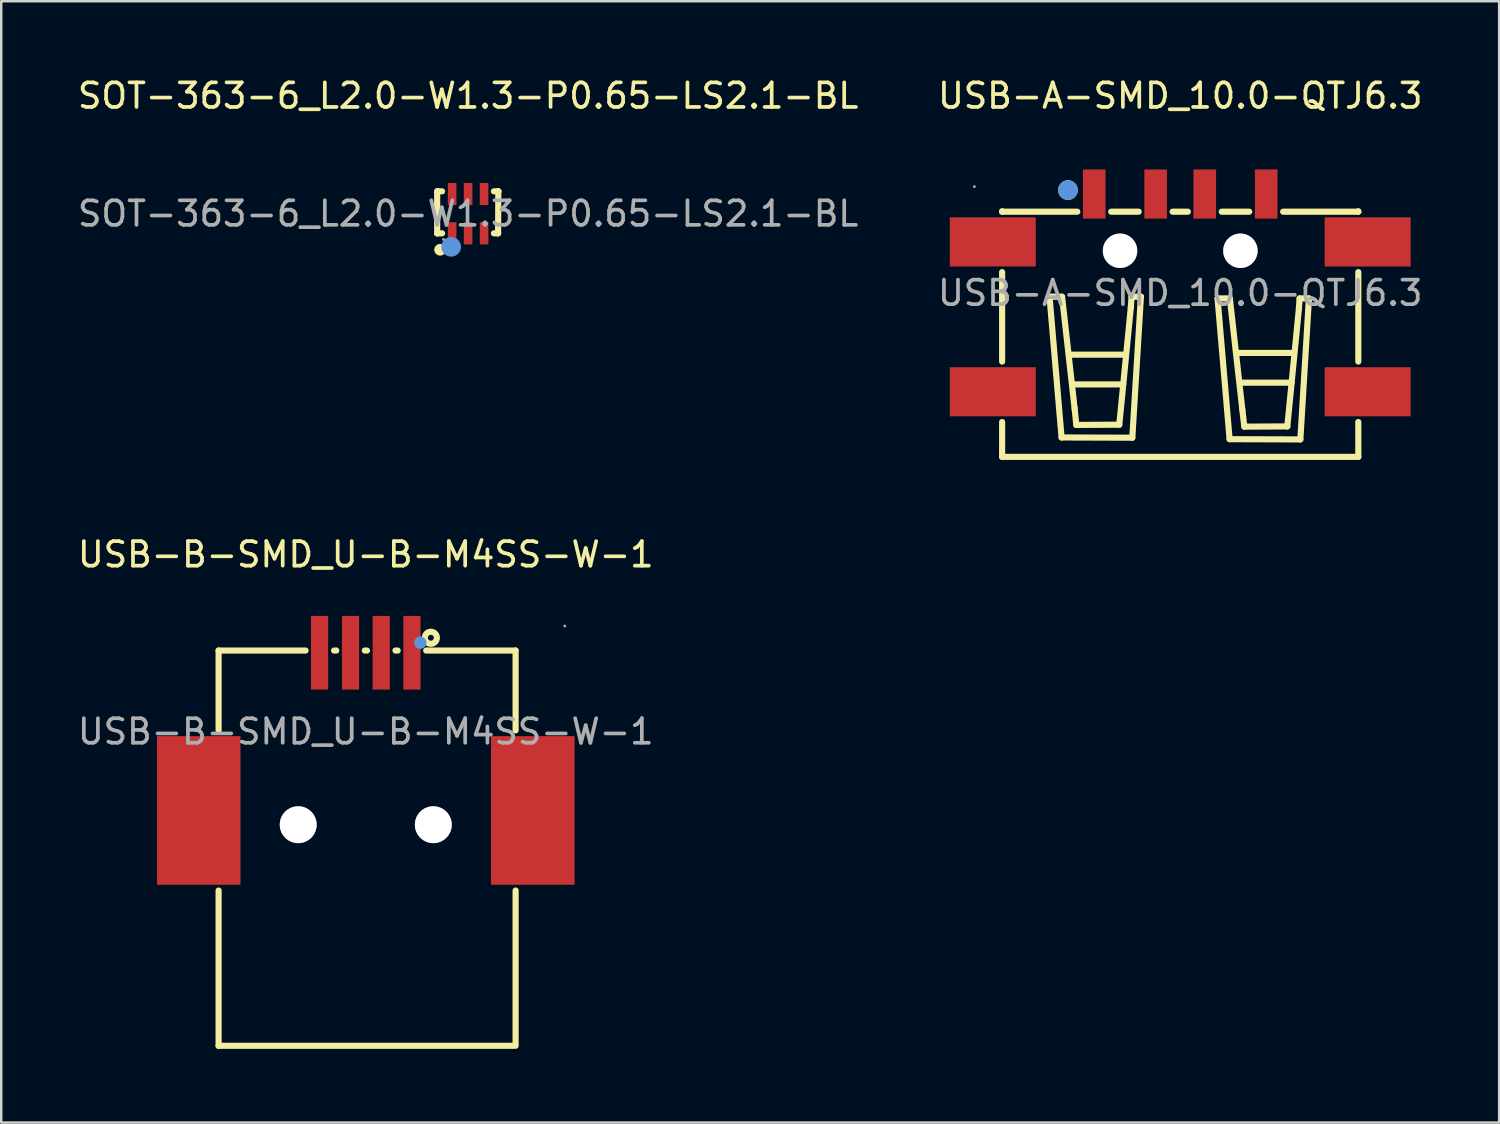
<source format=kicad_pcb>
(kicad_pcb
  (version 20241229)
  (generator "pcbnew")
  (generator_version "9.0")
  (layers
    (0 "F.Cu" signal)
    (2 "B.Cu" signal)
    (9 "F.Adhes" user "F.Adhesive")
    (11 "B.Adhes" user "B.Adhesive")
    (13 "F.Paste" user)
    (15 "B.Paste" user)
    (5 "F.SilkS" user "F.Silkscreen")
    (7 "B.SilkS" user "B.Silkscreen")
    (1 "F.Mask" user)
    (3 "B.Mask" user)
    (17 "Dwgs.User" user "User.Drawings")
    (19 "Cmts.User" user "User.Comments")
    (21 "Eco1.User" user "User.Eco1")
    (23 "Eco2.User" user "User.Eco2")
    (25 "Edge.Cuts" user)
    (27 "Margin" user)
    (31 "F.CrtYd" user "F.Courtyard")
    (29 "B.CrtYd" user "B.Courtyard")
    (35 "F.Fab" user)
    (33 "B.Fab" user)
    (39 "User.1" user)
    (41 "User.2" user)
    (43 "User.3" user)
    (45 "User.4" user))
  (footprint "SOT-363-6_L2.0-W1.3-P0.65-LS2.1-BL"
    (layer "F.Cu")
    (at 16.006 5.648)
    (property "Reference" "SOT-363-6_L2.0-W1.3-P0.65-LS2.1-BL" (at 0 -4.8 0) (layer "F.SilkS") (effects (font (size 1 1) (thickness 0.15))))
    (attr smd)
    (fp_line (start -1.26 -0.92) (end -1.26 0.8) (stroke (width 0.25) (type solid)) (layer "F.SilkS"))
    (fp_line (start -1.26 0.8) (end -1.26 0.8) (stroke (width 0.25) (type solid)) (layer "F.SilkS"))
    (fp_line (start -1.26 0.8) (end -1.06 0.8) (stroke (width 0.25) (type solid)) (layer "F.SilkS"))
    (fp_line (start -1.23 -0.91) (end -1.26 -0.88) (stroke (width 0.25) (type solid)) (layer "F.SilkS"))
    (fp_line (start -1.06 -0.91) (end -1.23 -0.91) (stroke (width 0.25) (type solid)) (layer "F.SilkS"))
    (fp_line (start 1.05 0.8) (end 1.22 0.8) (stroke (width 0.25) (type solid)) (layer "F.SilkS"))
    (fp_line (start 1.22 0.79) (end 1.23 -0.91) (stroke (width 0.25) (type solid)) (layer "F.SilkS"))
    (fp_line (start 1.22 0.8) (end 1.22 0.79) (stroke (width 0.25) (type solid)) (layer "F.SilkS"))
    (fp_line (start 1.23 -0.91) (end 1.05 -0.91) (stroke (width 0.25) (type solid)) (layer "F.SilkS"))
    (fp_line (start 1.23 -0.91) (end 1.23 -0.91) (stroke (width 0.25) (type solid)) (layer "F.SilkS"))
    (fp_circle (center -1.14 1.47) (end -1.02 1.47) (stroke (width 0.24) (type solid)) (fill no) (layer "F.SilkS"))
    (fp_circle (center -0.69 1.35) (end -0.49 1.35) (stroke (width 0.4) (type solid)) (fill no) (layer "Cmts.User"))
    (fp_circle (center -1 1.05) (end -0.97 1.05) (stroke (width 0.06) (type solid)) (fill no) (layer "F.Fab"))
    (fp_text user "${REFERENCE}" (at 0 0 0) (layer "F.Fab") (effects (font (size 1 1) (thickness 0.15))))
    (pad "1" smd rect (at -0.65 0.8) (size 0.35 0.9) (layers "F.Cu" "F.Mask" "F.Paste"))
    (pad "2" smd rect (at 0 0.8) (size 0.35 0.9) (layers "F.Cu" "F.Mask" "F.Paste"))
    (pad "3" smd rect (at 0.65 0.8) (size 0.35 0.9) (layers "F.Cu" "F.Mask" "F.Paste"))
    (pad "4" smd rect (at 0.65 -0.8) (size 0.35 0.9) (layers "F.Cu" "F.Mask" "F.Paste"))
    (pad "5" smd rect (at 0 -0.8) (size 0.35 0.9) (layers "F.Cu" "F.Mask" "F.Paste"))
    (pad "6" smd rect (at -0.65 -0.8) (size 0.35 0.9) (layers "F.Cu" "F.Mask" "F.Paste")))
  (footprint "USB-A-SMD_10.0-QTJ6.3"
    (layer "F.Cu")
    (at 44.994 8.878)
    (property "Reference" "USB-A-SMD_10.0-QTJ6.3" (at 0 -8.03 0) (layer "F.SilkS") (effects (font (size 1 1) (thickness 0.15))))
    (attr smd)
    (fp_line (start -7.25 -3.31) (end -7.25 -3.33) (stroke (width 0.25) (type solid)) (layer "F.SilkS"))
    (fp_line (start -7.25 -3.31) (end -4.19 -3.31) (stroke (width 0.25) (type solid)) (layer "F.SilkS"))
    (fp_line (start -7.25 2.79) (end -7.25 -0.85) (stroke (width 0.25) (type solid)) (layer "F.SilkS"))
    (fp_line (start -7.25 6.67) (end -7.25 5.25) (stroke (width 0.25) (type solid)) (layer "F.SilkS"))
    (fp_line (start -7.25 6.67) (end 7.25 6.67) (stroke (width 0.25) (type solid)) (layer "F.SilkS"))
    (fp_line (start -5.32 0.15) (end -4.81 0.15) (stroke (width 0.25) (type solid)) (layer "F.SilkS"))
    (fp_line (start -4.83 5.88) (end -5.32 0.15) (stroke (width 0.25) (type solid)) (layer "F.SilkS"))
    (fp_line (start -4.81 0.15) (end -4.3 4.69) (stroke (width 0.25) (type solid)) (layer "F.SilkS"))
    (fp_line (start -4.49 2.51) (end -2.23 2.51) (stroke (width 0.25) (type solid)) (layer "F.SilkS"))
    (fp_line (start -4.35 3.72) (end -2.32 3.72) (stroke (width 0.25) (type solid)) (layer "F.SilkS"))
    (fp_line (start -4.3 4.69) (end -4.23 5.37) (stroke (width 0.25) (type solid)) (layer "F.SilkS"))
    (fp_line (start -4.23 5.37) (end -2.48 5.36) (stroke (width 0.25) (type solid)) (layer "F.SilkS"))
    (fp_line (start -2.81 -3.31) (end -1.69 -3.31) (stroke (width 0.25) (type solid)) (layer "F.SilkS"))
    (fp_line (start -2.48 5.36) (end -2.01 0.58) (stroke (width 0.25) (type solid)) (layer "F.SilkS"))
    (fp_line (start -2.01 0.58) (end -1.98 0.15) (stroke (width 0.25) (type solid)) (layer "F.SilkS"))
    (fp_line (start -1.98 0.15) (end -1.6 0.15) (stroke (width 0.25) (type solid)) (layer "F.SilkS"))
    (fp_line (start -1.95 5.89) (end -4.83 5.88) (stroke (width 0.25) (type solid)) (layer "F.SilkS"))
    (fp_line (start -1.6 0.15) (end -1.95 5.89) (stroke (width 0.25) (type solid)) (layer "F.SilkS"))
    (fp_line (start -0.31 -3.31) (end 0.31 -3.31) (stroke (width 0.25) (type solid)) (layer "F.SilkS"))
    (fp_line (start 1.52 0.22) (end 2.02 0.22) (stroke (width 0.25) (type solid)) (layer "F.SilkS"))
    (fp_line (start 1.69 -3.31) (end 2.81 -3.31) (stroke (width 0.25) (type solid)) (layer "F.SilkS"))
    (fp_line (start 2.01 5.95) (end 1.52 0.22) (stroke (width 0.25) (type solid)) (layer "F.SilkS"))
    (fp_line (start 2.02 0.22) (end 2.53 4.76) (stroke (width 0.25) (type solid)) (layer "F.SilkS"))
    (fp_line (start 2.36 2.44) (end 4.62 2.44) (stroke (width 0.25) (type solid)) (layer "F.SilkS"))
    (fp_line (start 2.5 3.65) (end 4.53 3.65) (stroke (width 0.25) (type solid)) (layer "F.SilkS"))
    (fp_line (start 2.53 4.76) (end 2.61 5.44) (stroke (width 0.25) (type solid)) (layer "F.SilkS"))
    (fp_line (start 2.61 5.44) (end 4.36 5.43) (stroke (width 0.25) (type solid)) (layer "F.SilkS"))
    (fp_line (start 4.19 -3.31) (end 7.25 -3.31) (stroke (width 0.25) (type solid)) (layer "F.SilkS"))
    (fp_line (start 4.36 5.43) (end 4.83 0.65) (stroke (width 0.25) (type solid)) (layer "F.SilkS"))
    (fp_line (start 4.83 0.65) (end 4.86 0.22) (stroke (width 0.25) (type solid)) (layer "F.SilkS"))
    (fp_line (start 4.86 0.22) (end 5.24 0.22) (stroke (width 0.25) (type solid)) (layer "F.SilkS"))
    (fp_line (start 4.89 5.96) (end 2.01 5.95) (stroke (width 0.25) (type solid)) (layer "F.SilkS"))
    (fp_line (start 5.24 0.22) (end 4.89 5.96) (stroke (width 0.25) (type solid)) (layer "F.SilkS"))
    (fp_line (start 7.25 -3.31) (end 7.25 -3.33) (stroke (width 0.25) (type solid)) (layer "F.SilkS"))
    (fp_line (start 7.25 2.79) (end 7.25 -0.85) (stroke (width 0.25) (type solid)) (layer "F.SilkS"))
    (fp_line (start 7.25 6.67) (end 7.25 5.25) (stroke (width 0.25) (type solid)) (layer "F.SilkS"))
    (fp_circle (center -4.57 -4.19) (end -4.37 -4.19) (stroke (width 0.4) (type solid)) (fill no) (layer "F.SilkS"))
    (fp_circle (center -4.57 -4.19) (end -4.37 -4.19) (stroke (width 0.4) (type solid)) (fill no) (layer "Cmts.User"))
    (fp_circle (center -2.45 -1.72) (end -2.2 -1.72) (stroke (width 0.5) (type solid)) (fill no) (layer "Cmts.User"))
    (fp_circle (center 2.45 -1.72) (end 2.7 -1.72) (stroke (width 0.5) (type solid)) (fill no) (layer "Cmts.User"))
    (fp_circle (center -8.38 -4.33) (end -8.35 -4.33) (stroke (width 0.06) (type solid)) (fill no) (layer "F.Fab"))
    (fp_text user "${REFERENCE}" (at 0 0 0) (layer "F.Fab") (effects (font (size 1 1) (thickness 0.15))))
    (pad "" thru_hole circle (at -2.45 -1.72) (size 1.4 1.4) (drill 1.4) (layers "*.Cu" "*.Mask"))
    (pad "" thru_hole circle (at 2.45 -1.72) (size 1.4 1.4) (drill 1.4) (layers "*.Cu" "*.Mask"))
    (pad "1" smd rect (at -3.5 -4.03) (size 0.92 2) (layers "F.Cu" "F.Mask" "F.Paste"))
    (pad "2" smd rect (at -1 -4.03) (size 0.92 2) (layers "F.Cu" "F.Mask" "F.Paste"))
    (pad "3" smd rect (at 1 -4.03) (size 0.92 2) (layers "F.Cu" "F.Mask" "F.Paste"))
    (pad "4" smd rect (at 3.5 -4.03) (size 0.92 2) (layers "F.Cu" "F.Mask" "F.Paste"))
    (pad "5" smd rect (at 7.63 -2.08 180) (size 3.5 2) (layers "F.Cu" "F.Mask" "F.Paste"))
    (pad "6" smd rect (at 7.63 4.02 180) (size 3.5 2) (layers "F.Cu" "F.Mask" "F.Paste"))
    (pad "7" smd rect (at -7.63 4.02 180) (size 3.5 2) (layers "F.Cu" "F.Mask" "F.Paste"))
    (pad "8" smd rect (at -7.63 -2.08 180) (size 3.5 2) (layers "F.Cu" "F.Mask" "F.Paste")))
  (footprint "USB-B-SMD_U-B-M4SS-W-1"
    (layer "F.Cu")
    (at 11.839 26.732)
    (property "Reference" "USB-B-SMD_U-B-M4SS-W-1" (at 0 -7.21 0) (layer "F.SilkS") (effects (font (size 1 1) (thickness 0.15))))
    (attr smd)
    (fp_line (start -5.99 -3.3) (end -2.45 -3.3) (stroke (width 0.25) (type solid)) (layer "F.SilkS"))
    (fp_line (start -5.99 -0.05) (end -5.99 -3.3) (stroke (width 0.25) (type solid)) (layer "F.SilkS"))
    (fp_line (start -5.99 12.79) (end -5.99 6.47) (stroke (width 0.25) (type solid)) (layer "F.SilkS"))
    (fp_line (start -1.29 -3.3) (end -1.2 -3.3) (stroke (width 0.25) (type solid)) (layer "F.SilkS"))
    (fp_line (start -0.04 -3.3) (end 0.05 -3.3) (stroke (width 0.25) (type solid)) (layer "F.SilkS"))
    (fp_line (start 1.21 -3.3) (end 1.3 -3.3) (stroke (width 0.25) (type solid)) (layer "F.SilkS"))
    (fp_line (start 2.46 -3.3) (end 6.1 -3.3) (stroke (width 0.25) (type solid)) (layer "F.SilkS"))
    (fp_line (start 6 12.79) (end -5.99 12.79) (stroke (width 0.25) (type solid)) (layer "F.SilkS"))
    (fp_line (start 6.1 -3.3) (end 6.1 -0.05) (stroke (width 0.25) (type solid)) (layer "F.SilkS"))
    (fp_line (start 6.1 6.47) (end 6.1 12.79) (stroke (width 0.25) (type solid)) (layer "F.SilkS"))
    (fp_circle (center 2.65 -3.82) (end 2.77 -3.82) (stroke (width 0.25) (type solid)) (fill no) (layer "F.SilkS"))
    (fp_circle (center -2.75 3.79) (end -2.46 3.79) (stroke (width 0.58) (type solid)) (fill no) (layer "Cmts.User"))
    (fp_circle (center 2.22 -3.62) (end 2.35 -3.62) (stroke (width 0.25) (type solid)) (fill no) (layer "Cmts.User"))
    (fp_circle (center 2.75 3.79) (end 3.04 3.79) (stroke (width 0.58) (type solid)) (fill no) (layer "Cmts.User"))
    (fp_circle (center 8.1 -4.3) (end 8.13 -4.3) (stroke (width 0.06) (type solid)) (fill no) (layer "F.Fab"))
    (fp_text user "${REFERENCE}" (at 0 0 0) (layer "F.Fab") (effects (font (size 1 1) (thickness 0.15))))
    (pad "" thru_hole circle (at -2.75 3.79) (size 1.5 1.5) (drill 1.5) (layers "*.Cu" "*.Mask"))
    (pad "" thru_hole circle (at 2.75 3.79) (size 1.5 1.5) (drill 1.5) (layers "*.Cu" "*.Mask"))
    (pad "1" smd rect (at 1.88 -3.21) (size 0.7 3) (layers "F.Cu" "F.Mask" "F.Paste"))
    (pad "2" smd rect (at -0.62 -3.21) (size 0.7 3) (layers "F.Cu" "F.Mask" "F.Paste"))
    (pad "3" smd rect (at -1.88 -3.21) (size 0.7 3) (layers "F.Cu" "F.Mask" "F.Paste"))
    (pad "4" smd rect (at 0.63 -3.21) (size 0.7 3) (layers "F.Cu" "F.Mask" "F.Paste"))
    (pad "5" smd rect (at -6.8 3.21) (size 3.4 6.05) (layers "F.Cu" "F.Mask" "F.Paste"))
    (pad "6" smd rect (at 6.8 3.21) (size 3.4 6.05) (layers "F.Cu" "F.Mask" "F.Paste")))
  (gr_rect
    (start -3 -3)
    (end 57.976 42.647)
    (stroke (width 0.1) (type default))
    (fill no)
    (layer "Edge.Cuts")))
</source>
